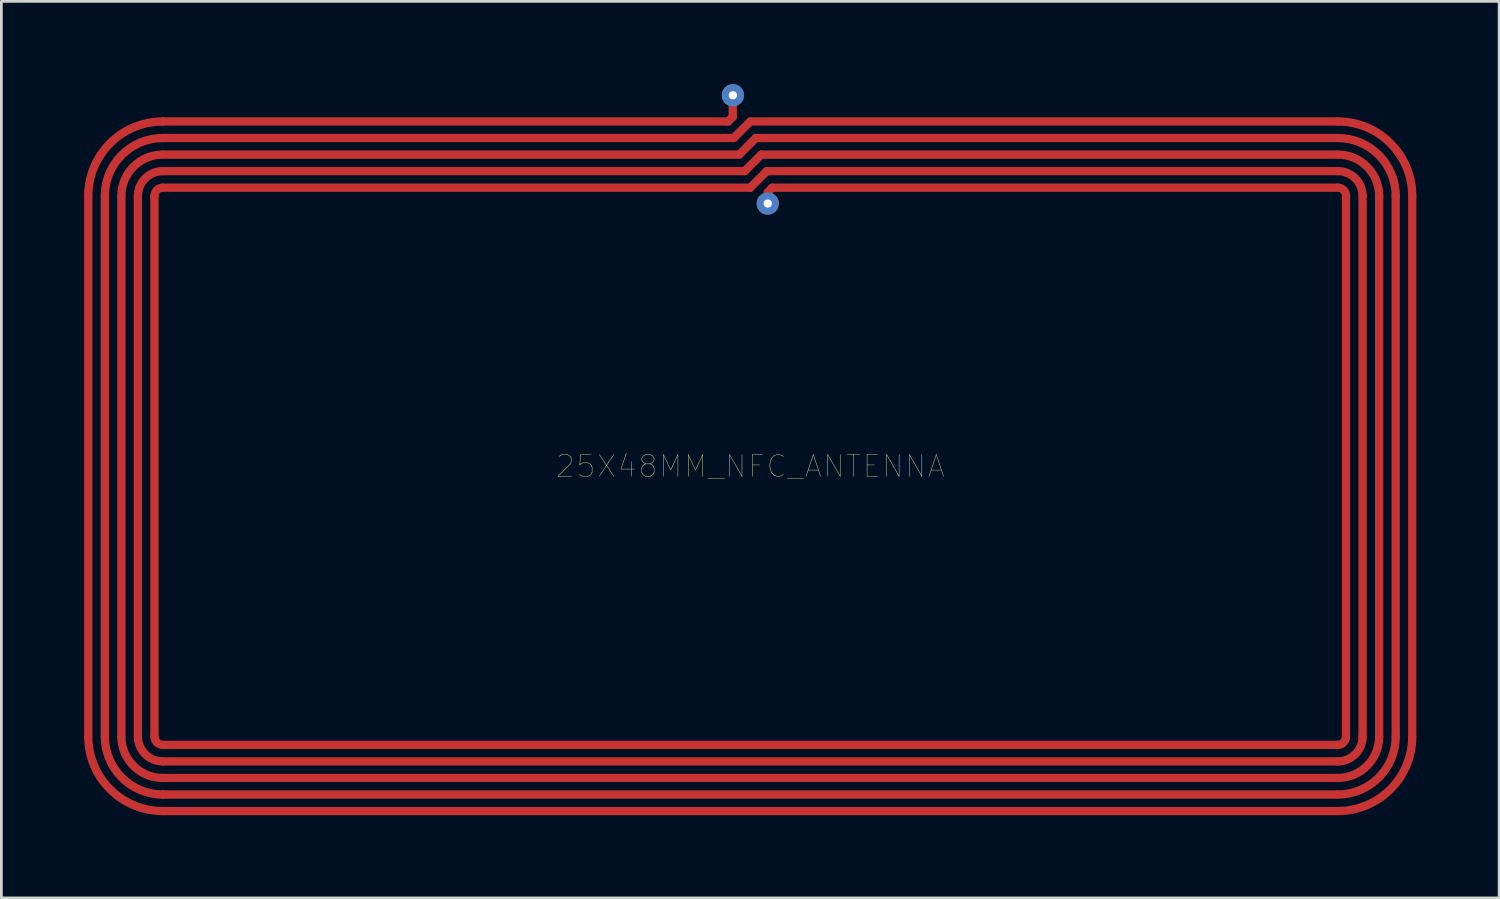
<source format=kicad_pcb>
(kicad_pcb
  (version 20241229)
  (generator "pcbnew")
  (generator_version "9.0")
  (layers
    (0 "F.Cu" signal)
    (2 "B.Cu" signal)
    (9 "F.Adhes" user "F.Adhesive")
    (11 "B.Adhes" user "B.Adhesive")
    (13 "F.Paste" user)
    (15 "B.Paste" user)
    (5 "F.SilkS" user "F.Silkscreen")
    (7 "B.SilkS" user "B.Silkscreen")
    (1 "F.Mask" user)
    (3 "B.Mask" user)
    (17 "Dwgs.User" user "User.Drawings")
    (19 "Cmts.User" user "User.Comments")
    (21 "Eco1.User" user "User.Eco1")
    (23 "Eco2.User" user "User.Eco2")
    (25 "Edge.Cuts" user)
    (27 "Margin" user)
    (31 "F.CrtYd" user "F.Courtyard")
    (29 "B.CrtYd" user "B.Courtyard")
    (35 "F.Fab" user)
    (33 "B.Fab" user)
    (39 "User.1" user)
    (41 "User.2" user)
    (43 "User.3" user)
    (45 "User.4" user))
  (footprint "25X48MM_NFC_ANTENNA"
    (layer "F.Cu")
    (at 24.15 13.854)
    (property "Reference" "25X48MM_NFC_ANTENNA" (at 0 0 0) (layer "F.SilkS") (effects (font (size 0.787 0.787) (thickness 0.015))))
    (attr through_hole)
    (fp_line (start -24 -9.8) (end -24 9.8) (stroke (width 0.3) (type solid)) (layer "F.Cu"))
    (fp_line (start -23.4 -9.8) (end -23.4 9.8) (stroke (width 0.3) (type solid)) (layer "F.Cu"))
    (fp_line (start -22.8 -9.8) (end -22.8 9.8) (stroke (width 0.3) (type solid)) (layer "F.Cu"))
    (fp_line (start -22.2 -9.8) (end -22.2 9.8) (stroke (width 0.3) (type solid)) (layer "F.Cu"))
    (fp_line (start -21.6 -9.8) (end -21.6 9.8) (stroke (width 0.3) (type solid)) (layer "F.Cu"))
    (fp_line (start -21.3 -11.9) (end -0.6 -11.9) (stroke (width 0.3) (type solid)) (layer "F.Cu"))
    (fp_line (start -21.3 -11.3) (end -0.4 -11.3) (stroke (width 0.3) (type solid)) (layer "F.Cu"))
    (fp_line (start -21.3 -10.7) (end -0.2 -10.7) (stroke (width 0.3) (type solid)) (layer "F.Cu"))
    (fp_line (start -21.3 -10.1) (end 0 -10.1) (stroke (width 0.3) (type solid)) (layer "F.Cu"))
    (fp_line (start -21.3 10.1) (end 21.3 10.1) (stroke (width 0.3) (type solid)) (layer "F.Cu"))
    (fp_line (start -21.3 10.7) (end 21.3 10.7) (stroke (width 0.3) (type solid)) (layer "F.Cu"))
    (fp_line (start -21.3 11.3) (end 21.3 11.3) (stroke (width 0.3) (type solid)) (layer "F.Cu"))
    (fp_line (start -21.3 11.9) (end 21.3 11.9) (stroke (width 0.3) (type solid)) (layer "F.Cu"))
    (fp_line (start -21.3 12.5) (end 21.3 12.5) (stroke (width 0.3) (type solid)) (layer "F.Cu"))
    (fp_line (start -0.8 -12.5) (end -21.3 -12.5) (stroke (width 0.3) (type solid)) (layer "F.Cu"))
    (fp_line (start -0.635 -13.462) (end -0.635 -13.335) (stroke (width 0.3) (type solid)) (layer "F.Cu"))
    (fp_line (start -0.635 -13.335) (end -0.635 -12.665) (stroke (width 0.3) (type solid)) (layer "F.Cu"))
    (fp_line (start -0.635 -12.665) (end -0.8 -12.5) (stroke (width 0.3) (type solid)) (layer "F.Cu"))
    (fp_line (start -0.6 -11.9) (end 0 -12.5) (stroke (width 0.3) (type solid)) (layer "F.Cu"))
    (fp_line (start -0.4 -11.3) (end 0.2 -11.9) (stroke (width 0.3) (type solid)) (layer "F.Cu"))
    (fp_line (start -0.2 -10.7) (end 0.4 -11.3) (stroke (width 0.3) (type solid)) (layer "F.Cu"))
    (fp_line (start 0 -12.5) (end 21.3 -12.5) (stroke (width 0.3) (type solid)) (layer "F.Cu"))
    (fp_line (start 0 -10.1) (end 0.6 -10.7) (stroke (width 0.3) (type solid)) (layer "F.Cu"))
    (fp_line (start 0.2 -11.9) (end 21.3 -11.9) (stroke (width 0.3) (type solid)) (layer "F.Cu"))
    (fp_line (start 0.4 -11.3) (end 21.3 -11.3) (stroke (width 0.3) (type solid)) (layer "F.Cu"))
    (fp_line (start 0.635 -9.935) (end 0.8 -10.1) (stroke (width 0.3) (type solid)) (layer "F.Cu"))
    (fp_line (start 0.635 -9.525) (end 0.635 -9.935) (stroke (width 0.3) (type solid)) (layer "F.Cu"))
    (fp_line (start 21.3 -10.7) (end 0.6 -10.7) (stroke (width 0.3) (type solid)) (layer "F.Cu"))
    (fp_line (start 21.3 -10.1) (end 0.8 -10.1) (stroke (width 0.3) (type solid)) (layer "F.Cu"))
    (fp_line (start 21.6 -9.8) (end 21.6 9.8) (stroke (width 0.3) (type solid)) (layer "F.Cu"))
    (fp_line (start 22.2 -9.8) (end 22.2 9.8) (stroke (width 0.3) (type solid)) (layer "F.Cu"))
    (fp_line (start 22.8 -9.8) (end 22.8 9.8) (stroke (width 0.3) (type solid)) (layer "F.Cu"))
    (fp_line (start 23.4 -9.8) (end 23.4 9.8) (stroke (width 0.3) (type solid)) (layer "F.Cu"))
    (fp_line (start 24 -9.8) (end 24 9.8) (stroke (width 0.3) (type solid)) (layer "F.Cu"))
    (fp_arc (start -24 -9.8) (mid -23.209188 -11.709188) (end -21.3 -12.5) (stroke (width 0.3) (type solid)) (layer "F.Cu"))
    (fp_arc (start -23.4 -9.8) (mid -22.784924 -11.284924) (end -21.3 -11.9) (stroke (width 0.3) (type solid)) (layer "F.Cu"))
    (fp_arc (start -22.8 -9.8) (mid -22.36066 -10.86066) (end -21.3 -11.3) (stroke (width 0.3) (type solid)) (layer "F.Cu"))
    (fp_arc (start -22.2 -9.8) (mid -21.936396 -10.436396) (end -21.3 -10.7) (stroke (width 0.3) (type solid)) (layer "F.Cu"))
    (fp_arc (start -21.6 -9.8) (mid -21.512132 -10.012132) (end -21.3 -10.1) (stroke (width 0.3) (type solid)) (layer "F.Cu"))
    (fp_arc (start -21.3 10.1) (mid -21.512132 10.012132) (end -21.6 9.8) (stroke (width 0.3) (type solid)) (layer "F.Cu"))
    (fp_arc (start -21.3 10.7) (mid -21.936396 10.436396) (end -22.2 9.8) (stroke (width 0.3) (type solid)) (layer "F.Cu"))
    (fp_arc (start -21.3 11.3) (mid -22.36066 10.86066) (end -22.8 9.8) (stroke (width 0.3) (type solid)) (layer "F.Cu"))
    (fp_arc (start -21.3 11.9) (mid -22.784924 11.284924) (end -23.4 9.8) (stroke (width 0.3) (type solid)) (layer "F.Cu"))
    (fp_arc (start -21.3 12.5) (mid -23.209188 11.709188) (end -24 9.8) (stroke (width 0.3) (type solid)) (layer "F.Cu"))
    (fp_arc (start 21.3 -12.5) (mid 23.209188 -11.709188) (end 24 -9.8) (stroke (width 0.3) (type solid)) (layer "F.Cu"))
    (fp_arc (start 21.3 -11.9) (mid 22.784924 -11.284924) (end 23.4 -9.8) (stroke (width 0.3) (type solid)) (layer "F.Cu"))
    (fp_arc (start 21.3 -11.3) (mid 22.36066 -10.86066) (end 22.8 -9.8) (stroke (width 0.3) (type solid)) (layer "F.Cu"))
    (fp_arc (start 21.3 -10.7) (mid 21.936396 -10.436396) (end 22.2 -9.8) (stroke (width 0.3) (type solid)) (layer "F.Cu"))
    (fp_arc (start 21.3 -10.1) (mid 21.512132 -10.012132) (end 21.6 -9.8) (stroke (width 0.3) (type solid)) (layer "F.Cu"))
    (fp_arc (start 21.6 9.8) (mid 21.512132 10.012132) (end 21.3 10.1) (stroke (width 0.3) (type solid)) (layer "F.Cu"))
    (fp_arc (start 22.2 9.8) (mid 21.936396 10.436396) (end 21.3 10.7) (stroke (width 0.3) (type solid)) (layer "F.Cu"))
    (fp_arc (start 22.8 9.8) (mid 22.36066 10.86066) (end 21.3 11.3) (stroke (width 0.3) (type solid)) (layer "F.Cu"))
    (fp_arc (start 23.4 9.8) (mid 22.784924 11.284924) (end 21.3 11.9) (stroke (width 0.3) (type solid)) (layer "F.Cu"))
    (fp_arc (start 24 9.8) (mid 23.209188 11.709188) (end 21.3 12.5) (stroke (width 0.3) (type solid)) (layer "F.Cu"))
    (pad "1" thru_hole circle (at -0.63 -13.45) (size 0.808 0.808) (drill 0.3) (layers "*.Cu" "*.Mask"))
    (pad "2" thru_hole circle (at 0.635 -9.525) (size 0.808 0.808) (drill 0.3) (layers "*.Cu" "*.Mask")))
  (gr_rect
    (start -3 -3)
    (end 51.3 29.504)
    (stroke (width 0.1) (type default))
    (fill no)
    (layer "Edge.Cuts")))
</source>
